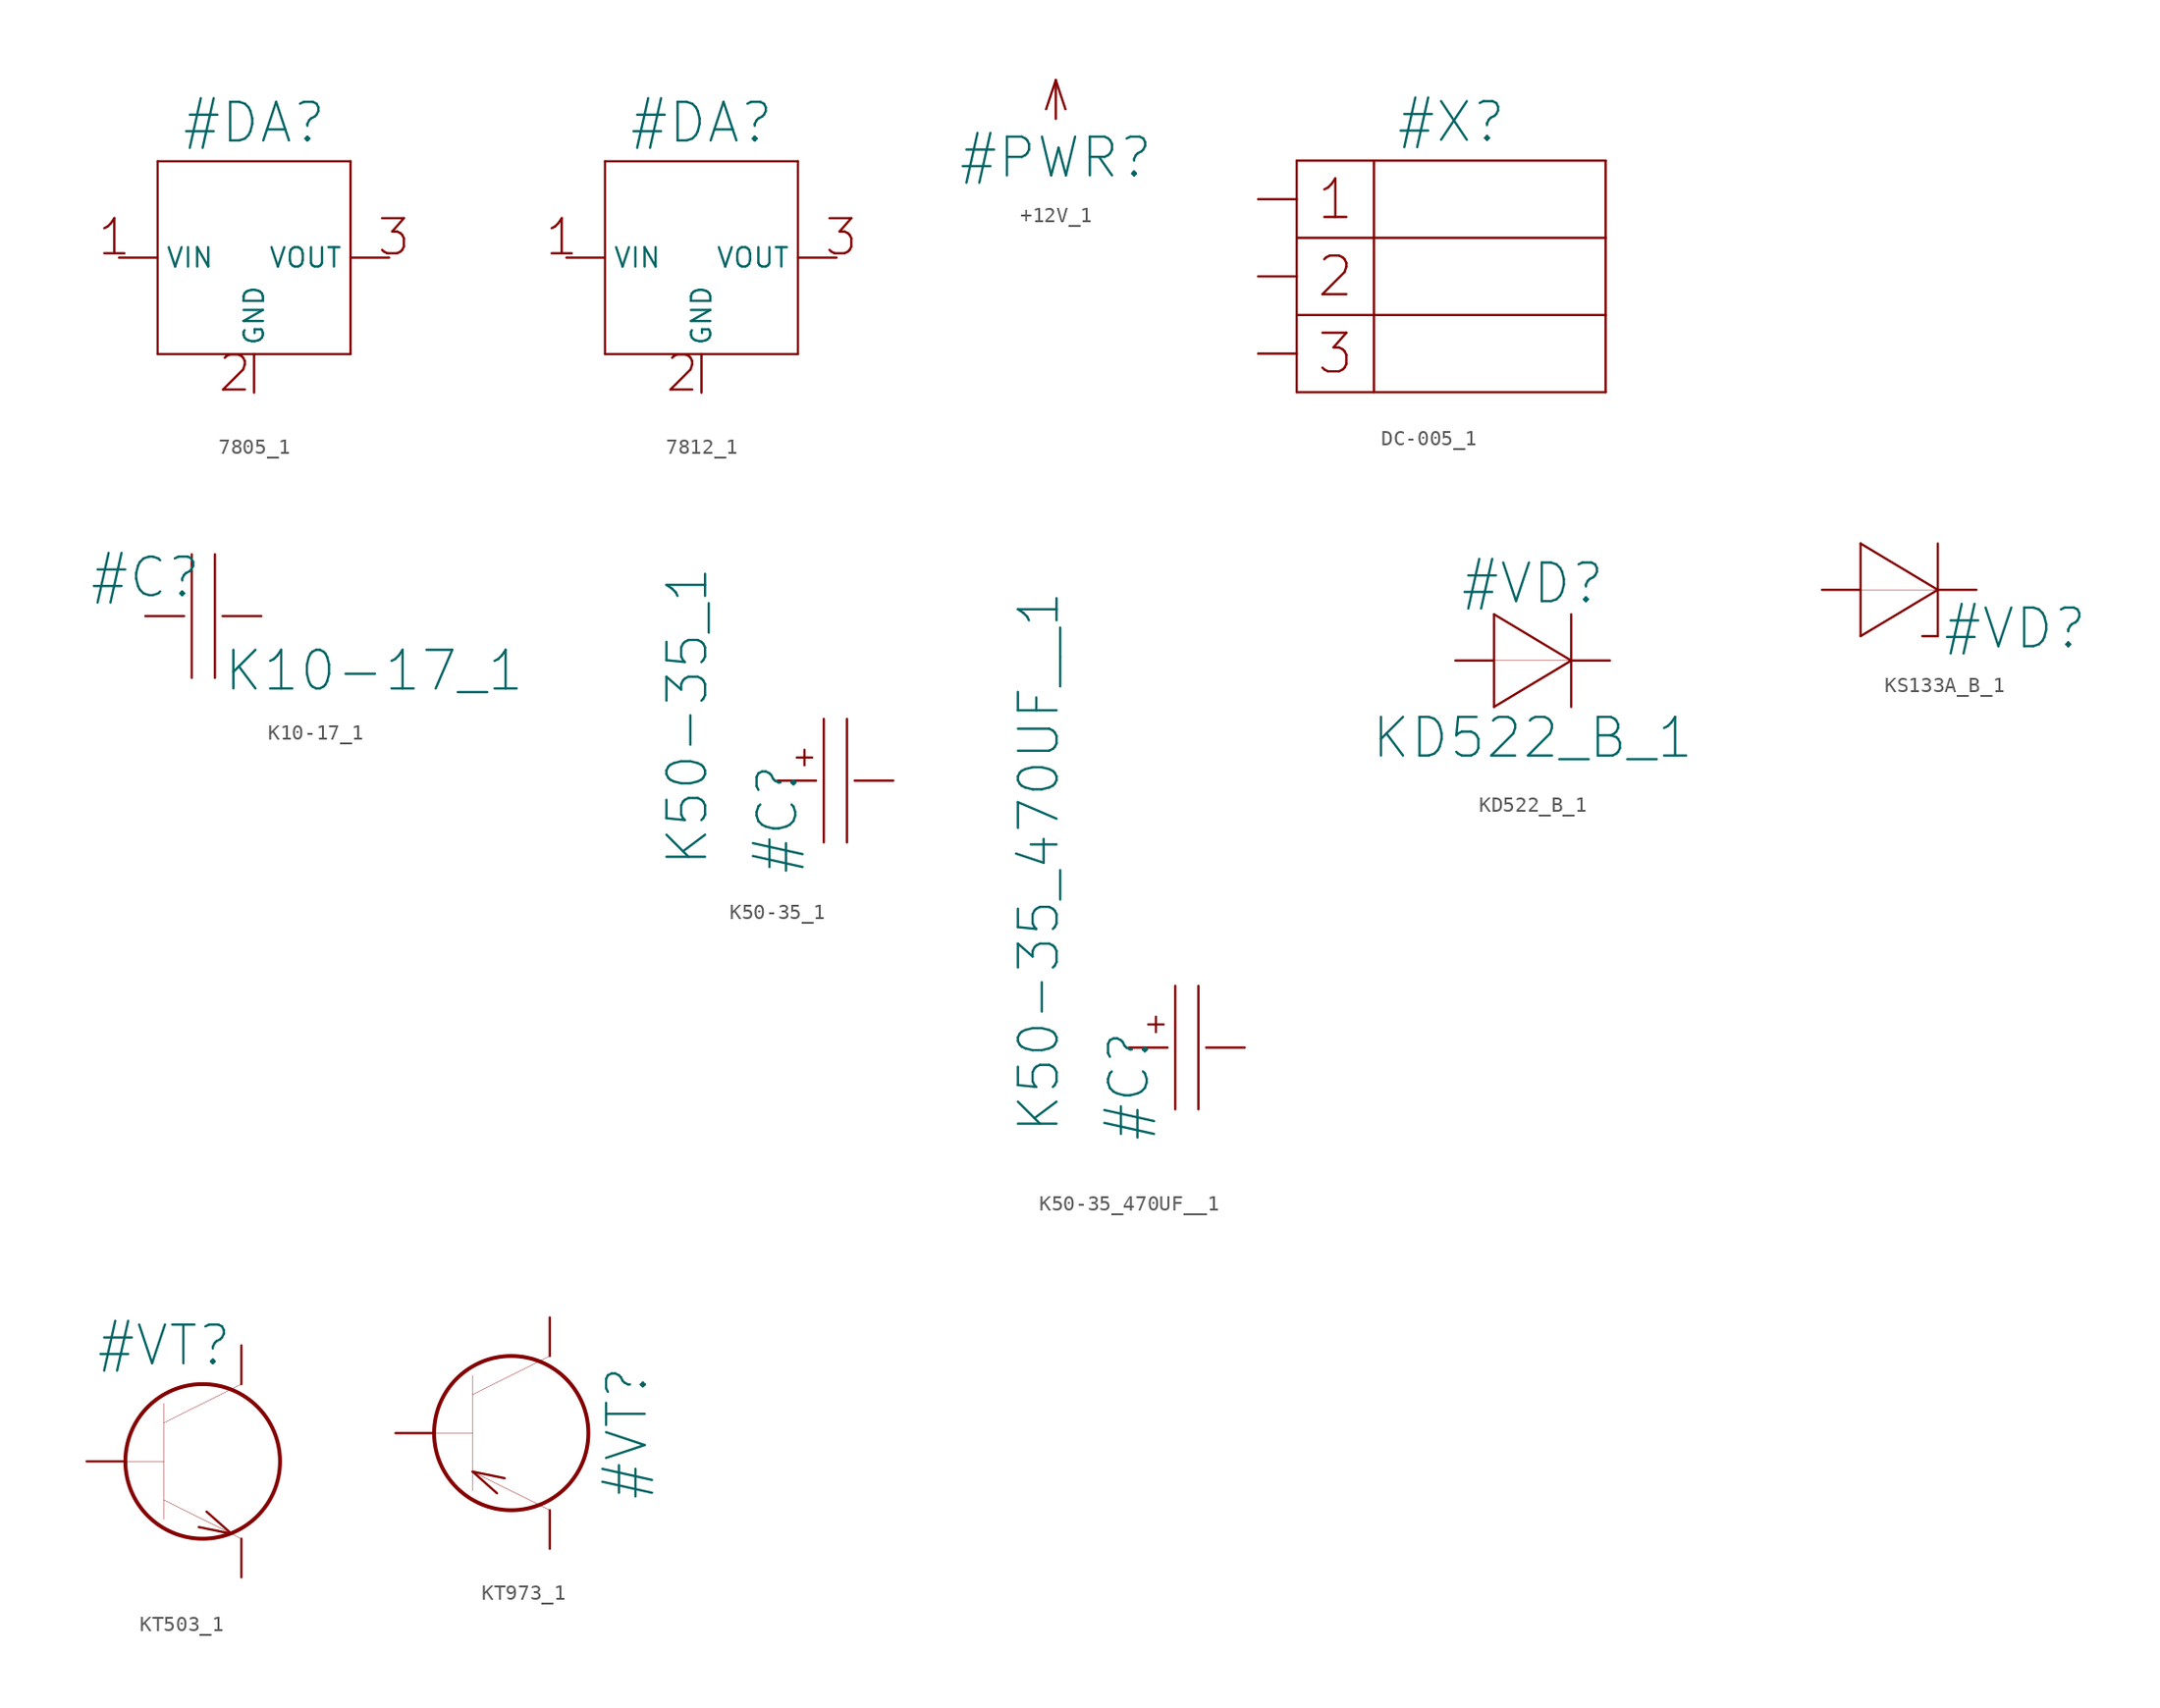
<source format=kicad_sym>
(kicad_symbol_lib
  (version 20211014)
  (generator kicad_symbol_editor)
  (symbol "7805_1"
    (property "Reference" "#DA"
      (at 8.89 8.89 0)
      (effects (font (size 2.54 2.54))))
    (property "ki_locked" ""
      (at 0 0 0)
      (effects (font (size 1.27 1.27))))
    (symbol "7805_1_1_0"
      (polyline (pts (xy 2.54 -6.35) (xy 2.54 6.35)) (stroke (width 0.152) (type default) (color 0 0 0 0)) (fill (type none)))
      (polyline (pts (xy 2.54 6.35) (xy 15.24 6.35)) (stroke (width 0.152) (type default) (color 0 0 0 0)) (fill (type none)))
      (polyline (pts (xy 15.24 -6.35) (xy 2.54 -6.35)) (stroke (width 0.152) (type default) (color 0 0 0 0)) (fill (type none)))
      (polyline (pts (xy 15.24 6.35) (xy 15.24 -6.35)) (stroke (width 0.152) (type default) (color 0 0 0 0)) (fill (type none)))
      (text "1" (at 0.889 0 0) (effects (font (size 2.311 2.311)) (justify right bottom)))
      (text "2" (at 7.62 -7.62 0) (effects (font (size 2.311 2.311))))
      (text "3" (at 16.891 0 0) (effects (font (size 2.311 2.311)) (justify left bottom)))
      (pin passive line (at 0 0 0) (length 2.54) (name "VIN" (effects (font (size 1.27 1.27)))) (number "1" (effects (font (size 0 0)))))
      (pin passive line (at 17.78 0 180) (length 2.54) (name "VOUT" (effects (font (size 1.27 1.27)))) (number "2" (effects (font (size 0 0)))))
      (pin passive line (at 8.89 -8.89 90) (length 2.54) (name "GND" (effects (font (size 1.27 1.27)))) (number "3" (effects (font (size 0 0)))))))
  (symbol "7812_1"
    (property "Reference" "#DA"
      (at 8.89 8.89 0)
      (effects (font (size 2.54 2.54))))
    (property "ki_locked" ""
      (at 0 0 0)
      (effects (font (size 1.27 1.27))))
    (symbol "7812_1_1_0"
      (polyline (pts (xy 2.54 -6.35) (xy 2.54 6.35)) (stroke (width 0.152) (type default) (color 0 0 0 0)) (fill (type none)))
      (polyline (pts (xy 2.54 6.35) (xy 15.24 6.35)) (stroke (width 0.152) (type default) (color 0 0 0 0)) (fill (type none)))
      (polyline (pts (xy 15.24 -6.35) (xy 2.54 -6.35)) (stroke (width 0.152) (type default) (color 0 0 0 0)) (fill (type none)))
      (polyline (pts (xy 15.24 6.35) (xy 15.24 -6.35)) (stroke (width 0.152) (type default) (color 0 0 0 0)) (fill (type none)))
      (text "1" (at 0.889 0 0) (effects (font (size 2.311 2.311)) (justify right bottom)))
      (text "2" (at 7.62 -7.62 0) (effects (font (size 2.311 2.311))))
      (text "3" (at 16.891 0 0) (effects (font (size 2.311 2.311)) (justify left bottom)))
      (pin passive line (at 0 0 0) (length 2.54) (name "VIN" (effects (font (size 1.27 1.27)))) (number "1" (effects (font (size 0 0)))))
      (pin passive line (at 17.78 0 180) (length 2.54) (name "VOUT" (effects (font (size 1.27 1.27)))) (number "2" (effects (font (size 0 0)))))
      (pin passive line (at 8.89 -8.89 90) (length 2.54) (name "GND" (effects (font (size 1.27 1.27)))) (number "3" (effects (font (size 0 0)))))))
  (symbol "+12V_1"
    (property "Reference" "#PWR"
      (at 0 -2.54 0)
      (effects (font (size 2.54 2.54))))
    (property "ki_locked" ""
      (at 0 0 0)
      (effects (font (size 1.27 1.27))))
    (symbol "+12V_1_1_0"
      (polyline (pts (xy 0 2.54) (xy -0.635 0.635)) (stroke (width 0.152) (type default) (color 0 0 0 0)) (fill (type none)))
      (polyline (pts (xy 0 2.54) (xy 0.635 0.635)) (stroke (width 0.152) (type default) (color 0 0 0 0)) (fill (type none)))
      (pin power_in line (at 0 0 90) (length 2.54) (name "+5V" (effects (font (size 0 0)))) (number "1" (effects (font (size 0 0)))))))
  (symbol "DC-005_1"
    (property "Reference" "#X"
      (at 12.7 5.08 0)
      (effects (font (size 2.54 2.54))))
    (property "ki_locked" ""
      (at 0 0 0)
      (effects (font (size 1.27 1.27))))
    (symbol "DC-005_1_1_0"
      (polyline (pts (xy 2.54 -12.7) (xy 2.54 2.54)) (stroke (width 0.152) (type default) (color 0 0 0 0)) (fill (type none)))
      (polyline (pts (xy 2.54 2.54) (xy 22.86 2.54)) (stroke (width 0.152) (type default) (color 0 0 0 0)) (fill (type none)))
      (polyline (pts (xy 7.62 2.54) (xy 7.62 -12.7)) (stroke (width 0.152) (type default) (color 0 0 0 0)) (fill (type none)))
      (polyline (pts (xy 22.86 -12.7) (xy 2.54 -12.7)) (stroke (width 0.152) (type default) (color 0 0 0 0)) (fill (type none)))
      (polyline (pts (xy 22.86 -7.62) (xy 2.54 -7.62)) (stroke (width 0.152) (type default) (color 0 0 0 0)) (fill (type none)))
      (polyline (pts (xy 22.86 -2.54) (xy 2.54 -2.54)) (stroke (width 0.152) (type default) (color 0 0 0 0)) (fill (type none)))
      (polyline (pts (xy 22.86 2.54) (xy 22.86 -12.7)) (stroke (width 0.152) (type default) (color 0 0 0 0)) (fill (type none)))
      (text "1" (at 5.08 0 0) (effects (font (size 2.54 2.54))))
      (text "2" (at 5.08 -5.08 0) (effects (font (size 2.54 2.54))))
      (text "3" (at 5.08 -10.16 0) (effects (font (size 2.54 2.54))))
      (pin passive line (at 0 -10.16 0) (length 2.54) (name "3" (effects (font (size 0 0)))) (number "1" (effects (font (size 0 0)))))
      (pin passive line (at 0 0 0) (length 2.54) (name "1" (effects (font (size 0 0)))) (number "2" (effects (font (size 0 0)))))
      (pin passive line (at 0 -5.08 0) (length 2.54) (name "2" (effects (font (size 0 0)))) (number "3" (effects (font (size 0 0)))))))
  (symbol "K10-17_1"
    (property "Reference" "#C"
      (at 0 2.54 0)
      (effects (font (size 2.54 2.54))))
    (property "Value" "K10-17_1"
      (at 5.08 -5.08 0)
      (effects (font (size 2.54 2.54)) (justify left bottom)))
    (property "ki_locked" ""
      (at 0 0 0)
      (effects (font (size 1.27 1.27))))
    (symbol "K10-17_1_1_0"
      (polyline (pts (xy 3.048 4.064) (xy 3.048 -4.064)) (stroke (width 0.152) (type default) (color 0 0 0 0)) (fill (type none)))
      (polyline (pts (xy 4.572 4.064) (xy 4.572 -4.064)) (stroke (width 0.152) (type default) (color 0 0 0 0)) (fill (type none)))
      (pin passive line (at 7.62 0 180) (length 2.54) (name "2" (effects (font (size 0 0)))) (number "1" (effects (font (size 0 0)))))
      (pin passive line (at 0 0 0) (length 2.54) (name "1" (effects (font (size 0 0)))) (number "2" (effects (font (size 0 0)))))))
  (symbol "K50-35_1"
    (property "Reference" "#C"
      (at 0 -2.54 90)
      (effects (font (size 2.54 2.54))))
    (property "Value" "K50-35_1"
      (at -4.445 -5.715 90)
      (effects (font (size 2.54 2.54)) (justify left bottom)))
    (property "ki_locked" ""
      (at 0 0 0)
      (effects (font (size 1.27 1.27))))
    (symbol "K50-35_1_1_0"
      (polyline (pts (xy 1.27 1.524) (xy 2.286 1.524)) (stroke (width 0.152) (type default) (color 0 0 0 0)) (fill (type none)))
      (polyline (pts (xy 1.778 2.032) (xy 1.778 1.016)) (stroke (width 0.152) (type default) (color 0 0 0 0)) (fill (type none)))
      (polyline (pts (xy 3.048 4.064) (xy 3.048 -4.064)) (stroke (width 0.152) (type default) (color 0 0 0 0)) (fill (type none)))
      (polyline (pts (xy 4.572 4.064) (xy 4.572 -4.064)) (stroke (width 0.152) (type default) (color 0 0 0 0)) (fill (type none)))
      (pin passive line (at 7.62 0 180) (length 2.54) (name "2" (effects (font (size 0 0)))) (number "1" (effects (font (size 0 0)))))
      (pin passive line (at 0 0 0) (length 2.54) (name "1" (effects (font (size 0 0)))) (number "2" (effects (font (size 0 0)))))))
  (symbol "K50-35_470UF__1"
    (property "Reference" "#C"
      (at 0 -2.54 90)
      (effects (font (size 2.54 2.54))))
    (property "Value" "K50-35_470UF__1"
      (at -4.445 -5.715 90)
      (effects (font (size 2.54 2.54)) (justify left bottom)))
    (property "ki_locked" ""
      (at 0 0 0)
      (effects (font (size 1.27 1.27))))
    (symbol "K50-35_470UF__1_1_0"
      (polyline (pts (xy 1.27 1.524) (xy 2.286 1.524)) (stroke (width 0.152) (type default) (color 0 0 0 0)) (fill (type none)))
      (polyline (pts (xy 1.778 2.032) (xy 1.778 1.016)) (stroke (width 0.152) (type default) (color 0 0 0 0)) (fill (type none)))
      (polyline (pts (xy 3.048 4.064) (xy 3.048 -4.064)) (stroke (width 0.152) (type default) (color 0 0 0 0)) (fill (type none)))
      (polyline (pts (xy 4.572 4.064) (xy 4.572 -4.064)) (stroke (width 0.152) (type default) (color 0 0 0 0)) (fill (type none)))
      (pin passive line (at 7.62 0 180) (length 2.54) (name "2" (effects (font (size 0 0)))) (number "1" (effects (font (size 0 0)))))
      (pin passive line (at 0 0 0) (length 2.54) (name "1" (effects (font (size 0 0)))) (number "2" (effects (font (size 0 0)))))))
  (symbol "KD522_B_1"
    (property "Reference" "#VD"
      (at 5.08 5.08 0)
      (effects (font (size 2.54 2.54))))
    (property "Value" "KD522_B_1"
      (at 5.08 -5.08 0)
      (effects (font (size 2.54 2.54))))
    (property "ki_locked" ""
      (at 0 0 0)
      (effects (font (size 1.27 1.27))))
    (symbol "KD522_B_1_1_0"
      (polyline (pts (xy 2.54 -3.048) (xy 7.62 0)) (stroke (width 0.152) (type default) (color 0 0 0 0)) (fill (type none)))
      (polyline (pts (xy 2.54 0) (xy 7.62 0)) (stroke (width 0.025) (type default) (color 0 0 0 0)) (fill (type none)))
      (polyline (pts (xy 2.54 3.048) (xy 2.54 -3.048)) (stroke (width 0.152) (type default) (color 0 0 0 0)) (fill (type none)))
      (polyline (pts (xy 7.62 0) (xy 2.54 3.048)) (stroke (width 0.152) (type default) (color 0 0 0 0)) (fill (type none)))
      (polyline (pts (xy 7.62 3.048) (xy 7.62 -3.048)) (stroke (width 0.152) (type default) (color 0 0 0 0)) (fill (type none)))
      (pin passive line (at 0 0 0) (length 2.54) (name "A" (effects (font (size 0 0)))) (number "1" (effects (font (size 0 0)))))
      (pin passive line (at 10.16 0 180) (length 2.54) (name "C" (effects (font (size 0 0)))) (number "2" (effects (font (size 0 0)))))))
  (symbol "KS133A_B_1"
    (property "Reference" "#VD"
      (at 12.7 -2.54 0)
      (effects (font (size 2.54 2.54))))
    (property "ki_locked" ""
      (at 0 0 0)
      (effects (font (size 1.27 1.27))))
    (symbol "KS133A_B_1_1_0"
      (polyline (pts (xy 2.54 -3.048) (xy 7.62 0)) (stroke (width 0.152) (type default) (color 0 0 0 0)) (fill (type none)))
      (polyline (pts (xy 2.54 0) (xy 7.62 0)) (stroke (width 0.025) (type default) (color 0 0 0 0)) (fill (type none)))
      (polyline (pts (xy 2.54 3.048) (xy 2.54 -3.048)) (stroke (width 0.152) (type default) (color 0 0 0 0)) (fill (type none)))
      (polyline (pts (xy 7.62 -3.048) (xy 6.604 -3.048)) (stroke (width 0.152) (type default) (color 0 0 0 0)) (fill (type none)))
      (polyline (pts (xy 7.62 0) (xy 2.54 3.048)) (stroke (width 0.152) (type default) (color 0 0 0 0)) (fill (type none)))
      (polyline (pts (xy 7.62 3.048) (xy 7.62 -3.048)) (stroke (width 0.152) (type default) (color 0 0 0 0)) (fill (type none)))
      (pin passive line (at 0 0 0) (length 2.54) (name "A" (effects (font (size 0 0)))) (number "1" (effects (font (size 0 0)))))
      (pin passive line (at 10.16 0 180) (length 2.54) (name "C" (effects (font (size 0 0)))) (number "2" (effects (font (size 0 0)))))))
  (symbol "KT503_1"
    (property "Reference" "#VT"
      (at 5.08 7.62 0)
      (effects (font (size 2.54 2.54))))
    (property "ki_locked" ""
      (at 0 0 0)
      (effects (font (size 1.27 1.27))))
    (symbol "KT503_1_1_0"
      (polyline (pts (xy 2.54 0) (xy 5.08 0)) (stroke (width 0.025) (type default) (color 0 0 0 0)) (fill (type none)))
      (polyline (pts (xy 5.08 -2.54) (xy 5.08 -3.81)) (stroke (width 0.025) (type default) (color 0 0 0 0)) (fill (type none)))
      (polyline (pts (xy 5.08 -2.54) (xy 10.16 -5.08)) (stroke (width 0.025) (type default) (color 0 0 0 0)) (fill (type none)))
      (polyline (pts (xy 5.08 2.54) (xy 5.08 -2.54)) (stroke (width 0.025) (type default) (color 0 0 0 0)) (fill (type none)))
      (polyline (pts (xy 5.08 2.54) (xy 5.08 3.81)) (stroke (width 0.025) (type default) (color 0 0 0 0)) (fill (type none)))
      (polyline (pts (xy 5.08 2.54) (xy 10.16 5.08)) (stroke (width 0.025) (type default) (color 0 0 0 0)) (fill (type none)))
      (polyline (pts (xy 9.474 -4.75) (xy 7.366 -4.318)) (stroke (width 0.152) (type default) (color 0 0 0 0)) (fill (type none)))
      (polyline (pts (xy 9.474 -4.724) (xy 7.874 -3.302)) (stroke (width 0.152) (type default) (color 0 0 0 0)) (fill (type none)))
      (circle (center 7.62 0) (radius 5.08) (stroke (width 0.254) (type default) (color 0 0 0 0)) (fill (type none)))
      (pin passive line (at 0 0 0) (length 2.54) (name "B" (effects (font (size 0 0)))) (number "1" (effects (font (size 0 0)))))
      (pin passive line (at 10.16 7.62 270) (length 2.54) (name "C" (effects (font (size 0 0)))) (number "2" (effects (font (size 0 0)))))
      (pin passive line (at 10.16 -7.62 90) (length 2.54) (name "E" (effects (font (size 0 0)))) (number "3" (effects (font (size 0 0)))))))
  (symbol "KT973_1"
    (property "Reference" "#VT"
      (at 15.24 0 90)
      (effects (font (size 2.54 2.54))))
    (property "ki_locked" ""
      (at 0 0 0)
      (effects (font (size 1.27 1.27))))
    (symbol "KT973_1_1_0"
      (polyline (pts (xy 2.54 0) (xy 5.08 0)) (stroke (width 0.025) (type default) (color 0 0 0 0)) (fill (type none)))
      (polyline (pts (xy 5.08 -2.54) (xy 5.08 -3.81)) (stroke (width 0.025) (type default) (color 0 0 0 0)) (fill (type none)))
      (polyline (pts (xy 5.08 -2.54) (xy 10.16 -5.08)) (stroke (width 0.025) (type default) (color 0 0 0 0)) (fill (type none)))
      (polyline (pts (xy 5.08 2.54) (xy 5.08 -2.54)) (stroke (width 0.025) (type default) (color 0 0 0 0)) (fill (type none)))
      (polyline (pts (xy 5.08 2.54) (xy 5.08 3.81)) (stroke (width 0.025) (type default) (color 0 0 0 0)) (fill (type none)))
      (polyline (pts (xy 5.08 2.54) (xy 10.16 5.08)) (stroke (width 0.025) (type default) (color 0 0 0 0)) (fill (type none)))
      (polyline (pts (xy 6.68 -3.962) (xy 5.08 -2.54)) (stroke (width 0.152) (type default) (color 0 0 0 0)) (fill (type none)))
      (polyline (pts (xy 7.188 -2.972) (xy 5.08 -2.54)) (stroke (width 0.152) (type default) (color 0 0 0 0)) (fill (type none)))
      (circle (center 7.62 0) (radius 5.08) (stroke (width 0.254) (type default) (color 0 0 0 0)) (fill (type none)))
      (pin passive line (at 10.16 7.62 270) (length 2.54) (name "C" (effects (font (size 0 0)))) (number "1" (effects (font (size 0 0)))))
      (pin passive line (at 10.16 -7.62 90) (length 2.54) (name "E" (effects (font (size 0 0)))) (number "2" (effects (font (size 0 0)))))
      (pin passive line (at 0 0 0) (length 2.54) (name "B" (effects (font (size 0 0)))) (number "3" (effects (font (size 0 0))))))))
</source>
